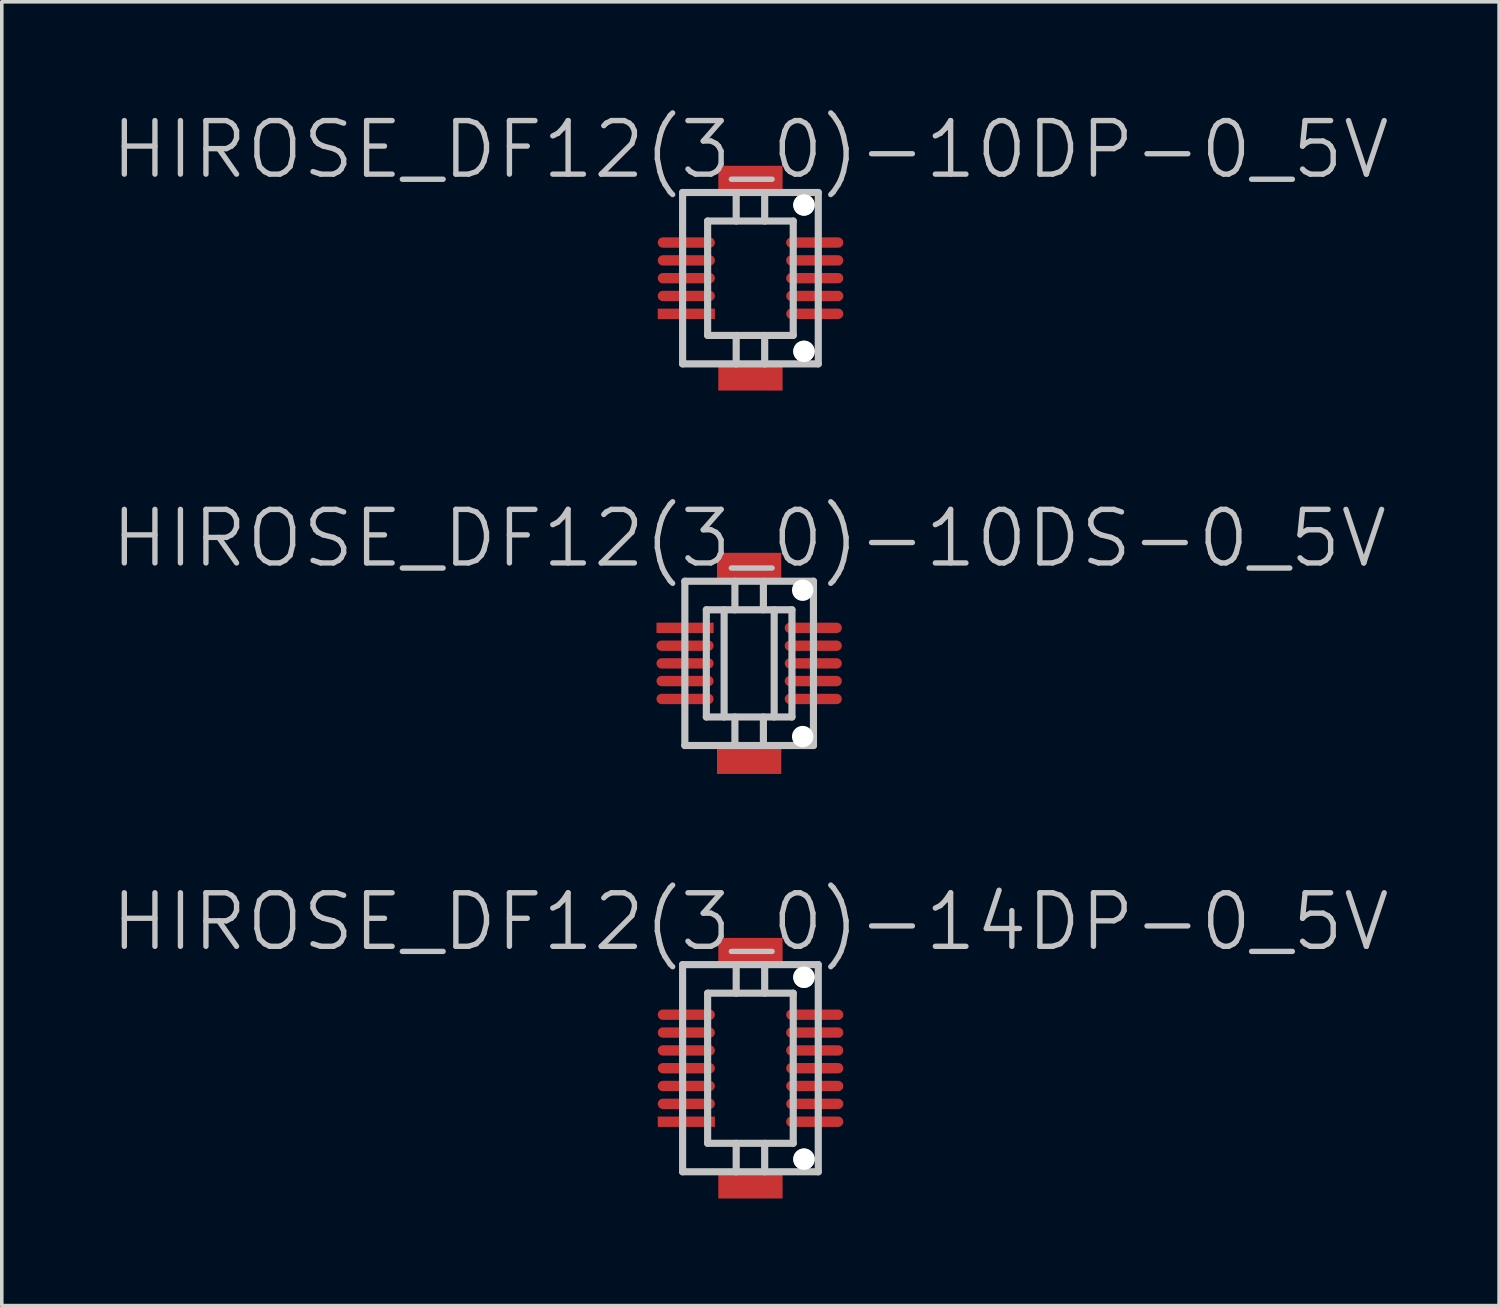
<source format=kicad_pcb>
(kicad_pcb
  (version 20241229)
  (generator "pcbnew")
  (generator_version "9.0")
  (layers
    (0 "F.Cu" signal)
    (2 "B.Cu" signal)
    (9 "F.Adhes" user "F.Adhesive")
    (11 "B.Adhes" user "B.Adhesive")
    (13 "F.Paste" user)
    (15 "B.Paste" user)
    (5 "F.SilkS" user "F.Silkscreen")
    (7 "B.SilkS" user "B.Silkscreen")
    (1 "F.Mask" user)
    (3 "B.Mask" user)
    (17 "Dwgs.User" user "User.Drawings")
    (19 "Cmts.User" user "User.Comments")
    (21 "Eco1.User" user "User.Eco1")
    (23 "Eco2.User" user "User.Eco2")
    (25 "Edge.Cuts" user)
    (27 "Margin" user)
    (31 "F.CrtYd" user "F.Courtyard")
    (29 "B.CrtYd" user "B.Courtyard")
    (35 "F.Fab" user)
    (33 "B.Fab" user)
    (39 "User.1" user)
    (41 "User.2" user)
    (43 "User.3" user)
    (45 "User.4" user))
  (footprint "HIROSE_DF12(3_0)-10DS-0_5V"
    (layer "F.Cu")
    (at 17.932 15.53)
    (property "Reference" "HIROSE_DF12(3_0)-10DS-0_5V" (at 0 -3.5 180) (layer "Dwgs.User") (effects (font (size 1.5 1.5) (thickness 0.15))))
    (attr smd)
    (fp_line (start -1.801 -2.301) (end 1.801 -2.301) (stroke (width 0.2) (type solid)) (layer "Dwgs.User"))
    (fp_line (start -1.801 2.301) (end -1.801 -2.301) (stroke (width 0.2) (type solid)) (layer "Dwgs.User"))
    (fp_line (start -1.199 -1.501) (end 1.199 -1.501) (stroke (width 0.2) (type solid)) (layer "Dwgs.User"))
    (fp_line (start -1.199 1.501) (end -1.199 -1.501) (stroke (width 0.2) (type solid)) (layer "Dwgs.User"))
    (fp_line (start -0.701 1.501) (end -0.701 -1.501) (stroke (width 0.2) (type solid)) (layer "Dwgs.User"))
    (fp_line (start -0.399 -1.501) (end -0.399 -2.301) (stroke (width 0.2) (type solid)) (layer "Dwgs.User"))
    (fp_line (start -0.399 2.301) (end -0.399 1.501) (stroke (width 0.2) (type solid)) (layer "Dwgs.User"))
    (fp_line (start 0.399 -1.501) (end 0.399 -2.301) (stroke (width 0.2) (type solid)) (layer "Dwgs.User"))
    (fp_line (start 0.399 1.501) (end 0.399 2.301) (stroke (width 0.2) (type solid)) (layer "Dwgs.User"))
    (fp_line (start 0.701 -1.501) (end 0.701 1.501) (stroke (width 0.2) (type solid)) (layer "Dwgs.User"))
    (fp_line (start 1.199 -1.501) (end 1.199 1.501) (stroke (width 0.2) (type solid)) (layer "Dwgs.User"))
    (fp_line (start 1.199 1.501) (end -1.199 1.501) (stroke (width 0.2) (type solid)) (layer "Dwgs.User"))
    (fp_line (start 1.801 -2.301) (end 1.801 2.301) (stroke (width 0.2) (type solid)) (layer "Dwgs.User"))
    (fp_line (start 1.801 2.299) (end -1.801 2.299) (stroke (width 0.2) (type solid)) (layer "Dwgs.User"))
    (pad "" smd rect (at 0 -2.697 270) (size 0.8 1.8) (layers "F.Cu" "F.Mask" "F.Paste"))
    (pad "" smd rect (at 0 2.697 270) (size 0.8 1.8) (layers "F.Cu" "F.Mask" "F.Paste"))
    (pad "" np_thru_hole circle (at 1.499 -2.05 270) (size 0.6 0.6) (drill 0.6) (layers "*.Cu" "*.Mask"))
    (pad "" np_thru_hole circle (at 1.499 2.05 270) (size 0.6 0.6) (drill 0.6) (layers "*.Cu" "*.Mask"))
    (pad "1" smd rect (at -1.796 -0.996 270) (size 0.29 1.6) (layers "F.Cu" "F.Mask" "F.Paste"))
    (pad "2" smd oval (at -1.796 -0.495 270) (size 0.29 1.6) (layers "F.Cu" "F.Mask" "F.Paste"))
    (pad "3" smd oval (at -1.796 0 270) (size 0.29 1.6) (layers "F.Cu" "F.Mask" "F.Paste"))
    (pad "4" smd oval (at -1.796 0.495 270) (size 0.29 1.6) (layers "F.Cu" "F.Mask" "F.Paste"))
    (pad "5" smd oval (at -1.796 0.996 270) (size 0.29 1.6) (layers "F.Cu" "F.Mask" "F.Paste"))
    (pad "6" smd oval (at 1.796 0.996 270) (size 0.29 1.6) (layers "F.Cu" "F.Mask" "F.Paste"))
    (pad "7" smd oval (at 1.796 0.495 270) (size 0.29 1.6) (layers "F.Cu" "F.Mask" "F.Paste"))
    (pad "8" smd oval (at 1.796 0 270) (size 0.29 1.6) (layers "F.Cu" "F.Mask" "F.Paste"))
    (pad "9" smd oval (at 1.796 -0.495 270) (size 0.29 1.6) (layers "F.Cu" "F.Mask" "F.Paste"))
    (pad "10" smd oval (at 1.796 -0.996 270) (size 0.29 1.6) (layers "F.Cu" "F.Mask" "F.Paste")))
  (footprint "HIROSE_DF12(3_0)-10DP-0_5V"
    (layer "F.Cu")
    (at 17.968 4.741)
    (property "Reference" "HIROSE_DF12(3_0)-10DP-0_5V" (at 0 -3.6 180) (layer "Dwgs.User") (effects (font (size 1.5 1.5) (thickness 0.15))))
    (attr smd)
    (fp_line (start -1.9 2.4) (end -1.9 -2.4) (stroke (width 0.2) (type solid)) (layer "Dwgs.User"))
    (fp_line (start -1.9 2.4) (end 1.9 2.4) (stroke (width 0.2) (type solid)) (layer "Dwgs.User"))
    (fp_line (start -1.199 -1.6) (end -1.199 1.6) (stroke (width 0.2) (type solid)) (layer "Dwgs.User"))
    (fp_line (start -1.199 -1.6) (end 1.199 -1.6) (stroke (width 0.2) (type solid)) (layer "Dwgs.User"))
    (fp_line (start -0.399 -1.6) (end -0.399 -2.4) (stroke (width 0.2) (type solid)) (layer "Dwgs.User"))
    (fp_line (start -0.399 2.403) (end -0.399 1.603) (stroke (width 0.2) (type solid)) (layer "Dwgs.User"))
    (fp_line (start 0.399 -1.6) (end 0.399 -2.4) (stroke (width 0.2) (type solid)) (layer "Dwgs.User"))
    (fp_line (start 0.399 1.603) (end 0.399 2.403) (stroke (width 0.2) (type solid)) (layer "Dwgs.User"))
    (fp_line (start 1.199 1.6) (end 1.199 -1.6) (stroke (width 0.2) (type solid)) (layer "Dwgs.User"))
    (fp_line (start 1.199 1.603) (end -1.199 1.603) (stroke (width 0.2) (type solid)) (layer "Dwgs.User"))
    (fp_line (start 1.9 -2.4) (end -1.9 -2.4) (stroke (width 0.2) (type solid)) (layer "Dwgs.User"))
    (fp_line (start 1.9 -2.4) (end 1.9 2.4) (stroke (width 0.2) (type solid)) (layer "Dwgs.User"))
    (pad "" smd rect (at 0 -2.748 270) (size 0.8 1.8) (layers "F.Cu" "F.Mask" "F.Paste"))
    (pad "" smd rect (at 0 2.748 270) (size 0.8 1.8) (layers "F.Cu" "F.Mask" "F.Paste"))
    (pad "" np_thru_hole circle (at 1.499 -2.05 270) (size 0.6 0.6) (drill 0.6) (layers "*.Cu" "*.Mask" "F.SilkS"))
    (pad "" np_thru_hole circle (at 1.499 2.05 270) (size 0.6 0.6) (drill 0.6) (layers "*.Cu" "*.Mask" "F.SilkS"))
    (pad "1" smd rect (at -1.796 0.998 270) (size 0.29 1.6) (layers "F.Cu" "F.Mask" "F.Paste"))
    (pad "2" smd oval (at -1.796 0.498 270) (size 0.29 1.6) (layers "F.Cu" "F.Mask" "F.Paste"))
    (pad "3" smd oval (at -1.796 0 270) (size 0.29 1.6) (layers "F.Cu" "F.Mask" "F.Paste"))
    (pad "4" smd oval (at -1.796 -0.498 270) (size 0.29 1.6) (layers "F.Cu" "F.Mask" "F.Paste"))
    (pad "5" smd oval (at -1.796 -0.998 270) (size 0.29 1.6) (layers "F.Cu" "F.Mask" "F.Paste"))
    (pad "6" smd oval (at 1.801 -0.998 270) (size 0.29 1.6) (layers "F.Cu" "F.Mask" "F.Paste"))
    (pad "7" smd oval (at 1.801 -0.498 270) (size 0.29 1.6) (layers "F.Cu" "F.Mask" "F.Paste"))
    (pad "8" smd oval (at 1.801 0 270) (size 0.29 1.6) (layers "F.Cu" "F.Mask" "F.Paste"))
    (pad "9" smd oval (at 1.801 0.498 270) (size 0.29 1.6) (layers "F.Cu" "F.Mask" "F.Paste"))
    (pad "10" smd oval (at 1.801 0.998 270) (size 0.29 1.6) (layers "F.Cu" "F.Mask" "F.Paste")))
  (footprint "HIROSE_DF12(3_0)-14DP-0_5V"
    (layer "F.Cu")
    (at 17.968 26.868)
    (property "Reference" "HIROSE_DF12(3_0)-14DP-0_5V" (at 0 -4.1 180) (layer "Dwgs.User") (effects (font (size 1.5 1.5) (thickness 0.15))))
    (attr smd)
    (fp_line (start -1.9 2.901) (end -1.9 -2.901) (stroke (width 0.2) (type solid)) (layer "Dwgs.User"))
    (fp_line (start -1.9 2.901) (end 1.9 2.901) (stroke (width 0.2) (type solid)) (layer "Dwgs.User"))
    (fp_line (start -1.199 -2.101) (end -1.199 2.101) (stroke (width 0.2) (type solid)) (layer "Dwgs.User"))
    (fp_line (start -1.199 -2.101) (end 1.199 -2.101) (stroke (width 0.2) (type solid)) (layer "Dwgs.User"))
    (fp_line (start -0.399 -2.101) (end -0.399 -2.901) (stroke (width 0.2) (type solid)) (layer "Dwgs.User"))
    (fp_line (start -0.399 2.903) (end -0.399 2.103) (stroke (width 0.2) (type solid)) (layer "Dwgs.User"))
    (fp_line (start 0.399 -2.101) (end 0.399 -2.901) (stroke (width 0.2) (type solid)) (layer "Dwgs.User"))
    (fp_line (start 0.399 2.103) (end 0.399 2.903) (stroke (width 0.2) (type solid)) (layer "Dwgs.User"))
    (fp_line (start 1.199 2.101) (end 1.199 -2.101) (stroke (width 0.2) (type solid)) (layer "Dwgs.User"))
    (fp_line (start 1.199 2.103) (end -1.199 2.103) (stroke (width 0.2) (type solid)) (layer "Dwgs.User"))
    (fp_line (start 1.9 -2.901) (end -1.9 -2.901) (stroke (width 0.2) (type solid)) (layer "Dwgs.User"))
    (fp_line (start 1.9 -2.901) (end 1.9 2.901) (stroke (width 0.2) (type solid)) (layer "Dwgs.User"))
    (pad "" smd rect (at 0 -3.249 270) (size 0.8 1.8) (layers "F.Cu" "F.Mask" "F.Paste"))
    (pad "" smd rect (at 0 3.249 270) (size 0.8 1.8) (layers "F.Cu" "F.Mask" "F.Paste"))
    (pad "" np_thru_hole circle (at 1.499 -2.548 270) (size 0.6 0.6) (drill 0.6) (layers "*.Cu" "*.Mask" "F.SilkS"))
    (pad "" np_thru_hole circle (at 1.499 2.548 270) (size 0.6 0.6) (drill 0.6) (layers "*.Cu" "*.Mask" "F.SilkS"))
    (pad "1" smd rect (at -1.796 1.499 270) (size 0.29 1.6) (layers "F.Cu" "F.Mask" "F.Paste"))
    (pad "2" smd oval (at -1.796 0.998 270) (size 0.29 1.6) (layers "F.Cu" "F.Mask" "F.Paste"))
    (pad "3" smd oval (at -1.796 0.498 270) (size 0.29 1.6) (layers "F.Cu" "F.Mask" "F.Paste"))
    (pad "4" smd oval (at -1.796 0 270) (size 0.29 1.6) (layers "F.Cu" "F.Mask" "F.Paste"))
    (pad "5" smd oval (at -1.796 -0.498 270) (size 0.29 1.6) (layers "F.Cu" "F.Mask" "F.Paste"))
    (pad "6" smd oval (at -1.796 -0.998 270) (size 0.29 1.6) (layers "F.Cu" "F.Mask" "F.Paste"))
    (pad "7" smd oval (at -1.796 -1.499 270) (size 0.29 1.6) (layers "F.Cu" "F.Mask" "F.Paste"))
    (pad "8" smd oval (at 1.801 -1.499 270) (size 0.29 1.6) (layers "F.Cu" "F.Mask" "F.Paste"))
    (pad "9" smd oval (at 1.801 -0.998 270) (size 0.29 1.6) (layers "F.Cu" "F.Mask" "F.Paste"))
    (pad "10" smd oval (at 1.801 -0.498 270) (size 0.29 1.6) (layers "F.Cu" "F.Mask" "F.Paste"))
    (pad "11" smd oval (at 1.801 0 270) (size 0.29 1.6) (layers "F.Cu" "F.Mask" "F.Paste"))
    (pad "12" smd oval (at 1.801 0.498 270) (size 0.29 1.6) (layers "F.Cu" "F.Mask" "F.Paste"))
    (pad "13" smd oval (at 1.801 0.998 270) (size 0.29 1.6) (layers "F.Cu" "F.Mask" "F.Paste"))
    (pad "14" smd oval (at 1.801 1.499 270) (size 0.29 1.6) (layers "F.Cu" "F.Mask" "F.Paste")))
  (gr_rect
    (start -3 -3)
    (end 38.936 33.517)
    (stroke (width 0.1) (type default))
    (fill no)
    (layer "Edge.Cuts")))
</source>
